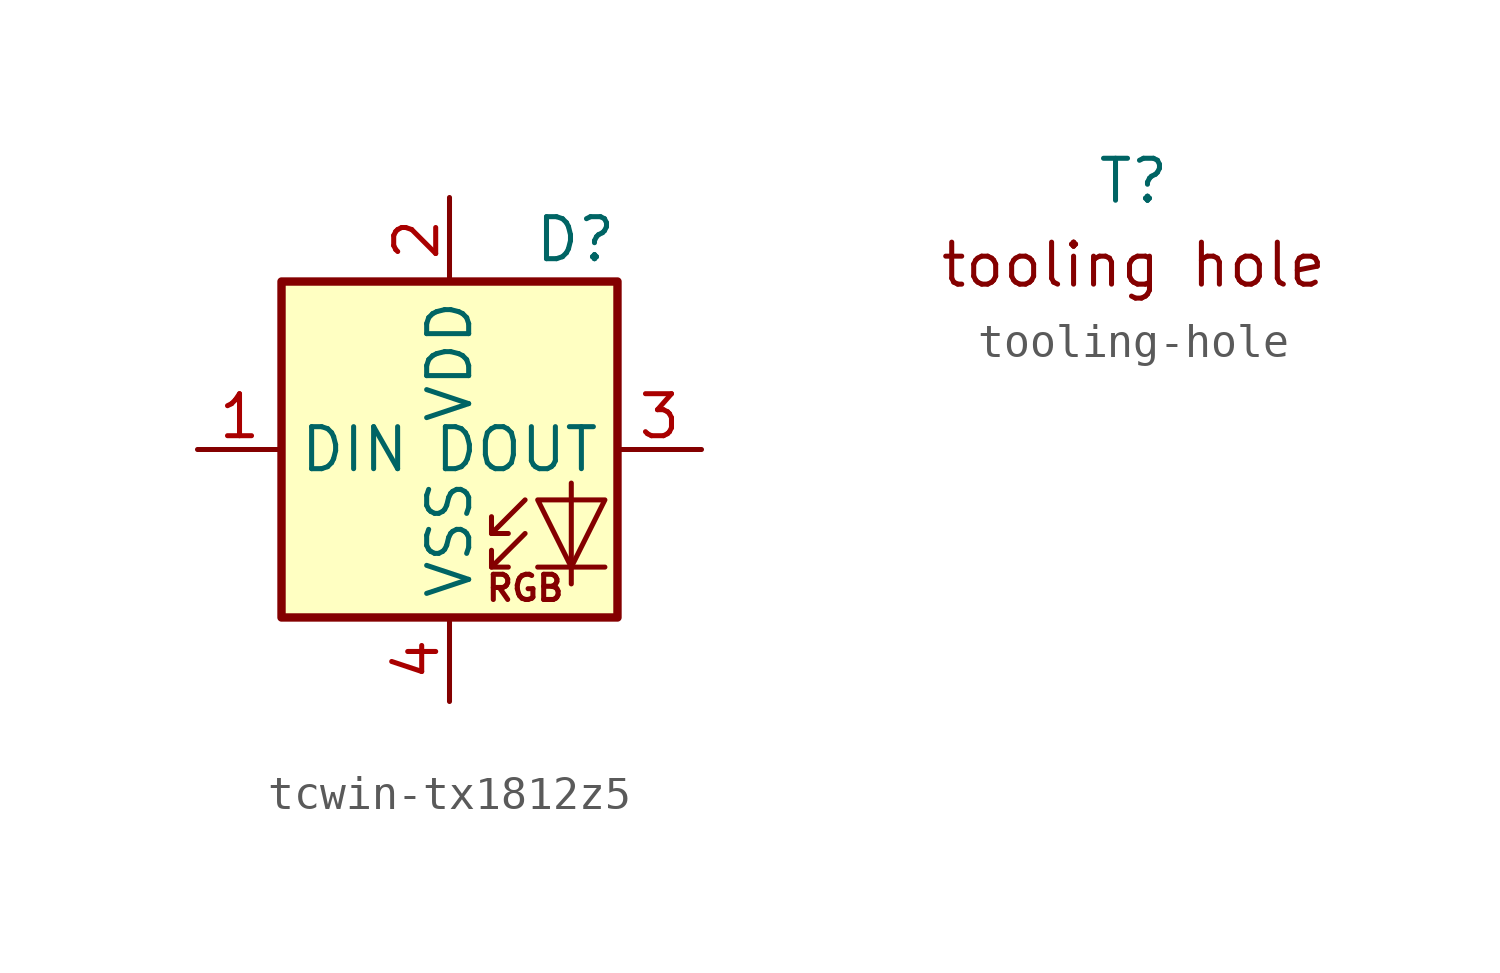
<source format=kicad_sym>
(kicad_symbol_lib
  (version 20220914)
  (generator kicad_symbol_editor)
  (symbol "tcwin-tx1812z5"
    (property "Reference" "D"
      (at 3.81 6.35 0)
      (effects (font (size 1.27 1.27))))
    (property "Value" ""
      (at 0 0 0)
      (effects (font (size 1.27 1.27))))
    (symbol "tcwin-tx1812z5_0_0"
      (text "RGB" (at 2.286 -4.191 0) (effects (font (size 0.762 0.762)))))
    (symbol "tcwin-tx1812z5_0_1"
      (rectangle (start -5.08 5.08) (end 5.08 -5.08) (stroke (width 0.254) (type default)) (fill (type background)))
      (polyline (pts (xy 1.27 -3.556) (xy 1.778 -3.556)) (stroke (width 0) (type default)) (fill (type none)))
      (polyline (pts (xy 1.27 -2.54) (xy 1.778 -2.54)) (stroke (width 0) (type default)) (fill (type none)))
      (polyline (pts (xy 4.699 -3.556) (xy 2.667 -3.556)) (stroke (width 0) (type default)) (fill (type none)))
      (polyline (pts (xy 2.286 -2.54) (xy 1.27 -3.556) (xy 1.27 -3.048)) (stroke (width 0) (type default)) (fill (type none)))
      (polyline (pts (xy 2.286 -1.524) (xy 1.27 -2.54) (xy 1.27 -2.032)) (stroke (width 0) (type default)) (fill (type none)))
      (polyline (pts (xy 3.683 -1.016) (xy 3.683 -3.556) (xy 3.683 -4.064)) (stroke (width 0) (type default)) (fill (type none)))
      (polyline (pts (xy 4.699 -1.524) (xy 2.667 -1.524) (xy 3.683 -3.556) (xy 4.699 -1.524)) (stroke (width 0) (type default)) (fill (type none))))
    (symbol "tcwin-tx1812z5_1_1"
      (pin input line (at -7.62 0 0) (length 2.54) (name "DIN" (effects (font (size 1.27 1.27)))) (number "1" (effects (font (size 1.27 1.27)))))
      (pin power_in line (at 0 7.62 270) (length 2.54) (name "VDD" (effects (font (size 1.27 1.27)))) (number "2" (effects (font (size 1.27 1.27)))))
      (pin output line (at 7.62 0 180) (length 2.54) (name "DOUT" (effects (font (size 1.27 1.27)))) (number "3" (effects (font (size 1.27 1.27)))))
      (pin power_in line (at 0 -7.62 90) (length 2.54) (name "VSS" (effects (font (size 1.27 1.27)))) (number "4" (effects (font (size 1.27 1.27)))))))
  (symbol "tooling-hole"
    (property "Reference" "T"
      (at 0 0 0)
      (effects (font (size 1.27 1.27))))
    (property "Value" ""
      (at 0 0 0)
      (effects (font (size 1.27 1.27))))
    (symbol "tooling-hole_1_1"
      (text "tooling hole" (at 0 -2.54 0) (effects (font (size 1.27 1.27)))))))
</source>
